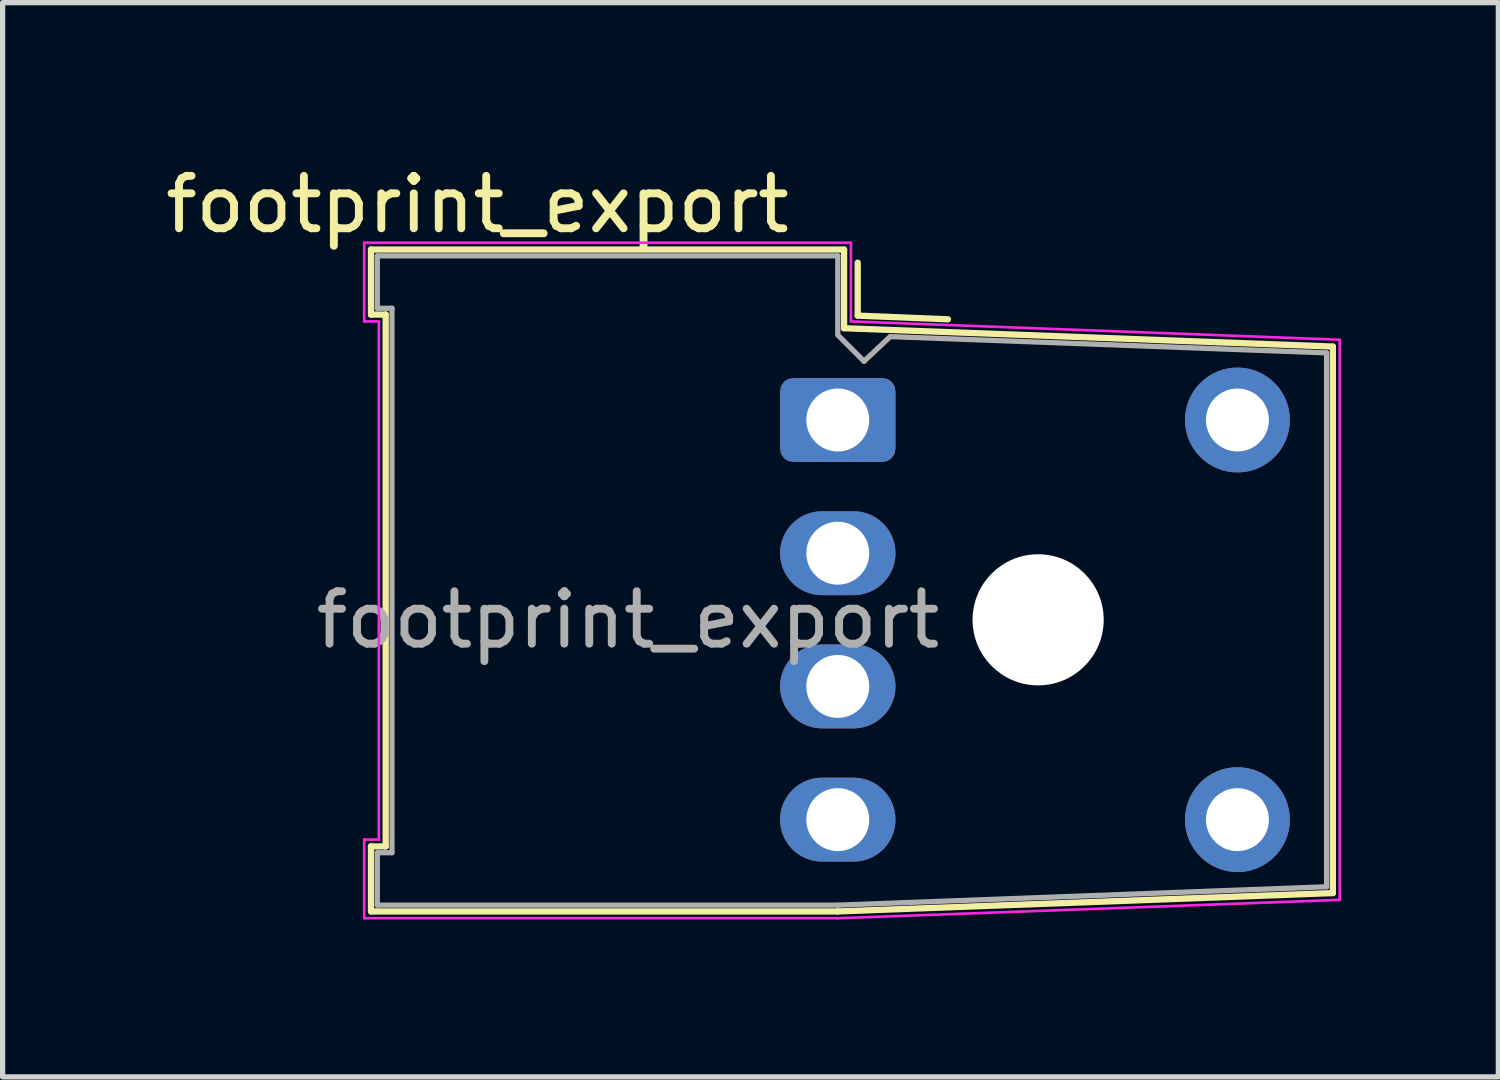
<source format=kicad_pcb>
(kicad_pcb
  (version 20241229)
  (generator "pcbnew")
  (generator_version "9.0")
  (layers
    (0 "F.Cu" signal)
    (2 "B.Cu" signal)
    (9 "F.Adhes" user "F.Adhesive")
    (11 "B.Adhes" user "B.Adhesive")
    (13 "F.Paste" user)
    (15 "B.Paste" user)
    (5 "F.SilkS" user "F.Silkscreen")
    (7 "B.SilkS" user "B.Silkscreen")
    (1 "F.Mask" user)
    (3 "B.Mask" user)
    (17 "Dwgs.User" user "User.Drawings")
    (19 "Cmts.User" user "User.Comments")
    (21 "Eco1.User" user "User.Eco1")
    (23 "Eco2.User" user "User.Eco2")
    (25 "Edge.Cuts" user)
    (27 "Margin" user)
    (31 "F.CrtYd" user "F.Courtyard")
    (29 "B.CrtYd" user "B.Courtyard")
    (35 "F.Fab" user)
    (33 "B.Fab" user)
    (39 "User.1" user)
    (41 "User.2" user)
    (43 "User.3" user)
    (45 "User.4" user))
  (footprint "footprint_export"
    (layer "F.Cu")
    (at 12.924 4.958)
    (property "Reference" "footprint_export" (at -6.87 -4.11 0) (layer "F.SilkS") (effects (font (size 1 1) (thickness 0.15))))
    (attr through_hole)
    (fp_line (start -8.9 -3.25) (end 0.12 -3.25) (stroke (width 0.12) (type solid)) (layer "F.SilkS"))
    (fp_line (start -8.9 -2.01) (end -8.9 -3.25) (stroke (width 0.12) (type solid)) (layer "F.SilkS"))
    (fp_line (start -8.9 8.13) (end -8.62 8.13) (stroke (width 0.12) (type solid)) (layer "F.SilkS"))
    (fp_line (start -8.9 9.37) (end -8.9 8.13) (stroke (width 0.12) (type solid)) (layer "F.SilkS"))
    (fp_line (start -8.62 -2.01) (end -8.9 -2.01) (stroke (width 0.12) (type solid)) (layer "F.SilkS"))
    (fp_line (start -8.62 8.13) (end -8.62 -2.01) (stroke (width 0.12) (type solid)) (layer "F.SilkS"))
    (fp_line (start 0 9.37) (end -8.9 9.37) (stroke (width 0.12) (type solid)) (layer "F.SilkS"))
    (fp_line (start 0.12 -3.25) (end 0.12 -1.75) (stroke (width 0.12) (type solid)) (layer "F.SilkS"))
    (fp_line (start 0.12 -1.75) (end 9.44 -1.4) (stroke (width 0.12) (type solid)) (layer "F.SilkS"))
    (fp_line (start 0.38 -3) (end 0.38 -1.99) (stroke (width 0.12) (type solid)) (layer "F.SilkS"))
    (fp_line (start 0.38 -1.99) (end 2.1 -1.92) (stroke (width 0.12) (type solid)) (layer "F.SilkS"))
    (fp_line (start 9.44 -1.4) (end 9.44 9.02) (stroke (width 0.12) (type solid)) (layer "F.SilkS"))
    (fp_line (start 9.44 9.02) (end 0 9.37) (stroke (width 0.12) (type solid)) (layer "F.SilkS"))
    (fp_line (start -9.03 -3.38) (end -9.03 -1.88) (stroke (width 0.05) (type solid)) (layer "F.CrtYd"))
    (fp_line (start -9.03 -1.88) (end -8.75 -1.88) (stroke (width 0.05) (type solid)) (layer "F.CrtYd"))
    (fp_line (start -9.03 8) (end -9.03 9.5) (stroke (width 0.05) (type solid)) (layer "F.CrtYd"))
    (fp_line (start -9.03 9.5) (end 0 9.5) (stroke (width 0.05) (type solid)) (layer "F.CrtYd"))
    (fp_line (start -8.75 -1.88) (end -8.75 8) (stroke (width 0.05) (type solid)) (layer "F.CrtYd"))
    (fp_line (start -8.75 8) (end -9.03 8) (stroke (width 0.05) (type solid)) (layer "F.CrtYd"))
    (fp_line (start 0 9.5) (end 9.57 9.15) (stroke (width 0.05) (type solid)) (layer "F.CrtYd"))
    (fp_line (start 0.25 -3.38) (end -9.03 -3.38) (stroke (width 0.05) (type solid)) (layer "F.CrtYd"))
    (fp_line (start 0.25 -1.88) (end 0.25 -3.38) (stroke (width 0.05) (type solid)) (layer "F.CrtYd"))
    (fp_line (start 9.57 -1.53) (end 0.25 -1.88) (stroke (width 0.05) (type solid)) (layer "F.CrtYd"))
    (fp_line (start 9.57 9.15) (end 9.57 -1.53) (stroke (width 0.05) (type solid)) (layer "F.CrtYd"))
    (fp_line (start -8.78 -3.13) (end -8.78 -2.13) (stroke (width 0.1) (type solid)) (layer "F.Fab"))
    (fp_line (start -8.78 -3.13) (end 0 -3.13) (stroke (width 0.1) (type solid)) (layer "F.Fab"))
    (fp_line (start -8.78 -2.13) (end -8.5 -2.13) (stroke (width 0.1) (type solid)) (layer "F.Fab"))
    (fp_line (start -8.78 8.25) (end -8.78 9.25) (stroke (width 0.1) (type solid)) (layer "F.Fab"))
    (fp_line (start -8.5 -2.13) (end -8.5 8.25) (stroke (width 0.1) (type solid)) (layer "F.Fab"))
    (fp_line (start -8.5 8.25) (end -8.78 8.25) (stroke (width 0.1) (type solid)) (layer "F.Fab"))
    (fp_line (start 0 -1.63) (end 0 -3.13) (stroke (width 0.1) (type solid)) (layer "F.Fab"))
    (fp_line (start 0 -1.62) (end 0.5 -1.12) (stroke (width 0.1) (type solid)) (layer "F.Fab"))
    (fp_line (start 0 9.25) (end -8.78 9.25) (stroke (width 0.1) (type solid)) (layer "F.Fab"))
    (fp_line (start 0 9.25) (end 9.32 8.9) (stroke (width 0.1) (type solid)) (layer "F.Fab"))
    (fp_line (start 0.5 -1.12) (end 1 -1.59) (stroke (width 0.1) (type solid)) (layer "F.Fab"))
    (fp_line (start 9.32 -1.28) (end 1 -1.59) (stroke (width 0.1) (type solid)) (layer "F.Fab"))
    (fp_line (start 9.32 8.9) (end 9.32 -1.28) (stroke (width 0.1) (type solid)) (layer "F.Fab"))
    (fp_text user "${REFERENCE}" (at -4 3.81 0) (layer "F.Fab") (effects (font (size 1 1) (thickness 0.15))))
    (pad "" np_thru_hole circle (at 3.82 3.81) (size 2.5 2.5) (drill 2.5) (layers "*.Cu" "*.Mask"))
    (pad "1" thru_hole roundrect (at 0 0) (size 2.2 1.6) (drill 1.2) (layers "*.Cu" "*.Mask") (roundrect_rratio 0.156))
    (pad "2" thru_hole oval (at 0 2.54) (size 2.2 1.6) (drill 1.2) (layers "*.Cu" "*.Mask"))
    (pad "3" thru_hole oval (at 0 5.08) (size 2.2 1.6) (drill 1.2) (layers "*.Cu" "*.Mask"))
    (pad "4" thru_hole oval (at 0 7.62) (size 2.2 1.6) (drill 1.2) (layers "*.Cu" "*.Mask"))
    (pad "5" thru_hole circle (at 7.62 7.62) (size 2 2) (drill 1.2) (layers "*.Cu" "*.Mask"))
    (pad "8" thru_hole circle (at 7.62 0) (size 2 2) (drill 1.2) (layers "*.Cu" "*.Mask")))
  (gr_rect
    (start -3 -3)
    (end 25.519 17.483)
    (stroke (width 0.1) (type default))
    (fill no)
    (layer "Edge.Cuts")))
</source>
